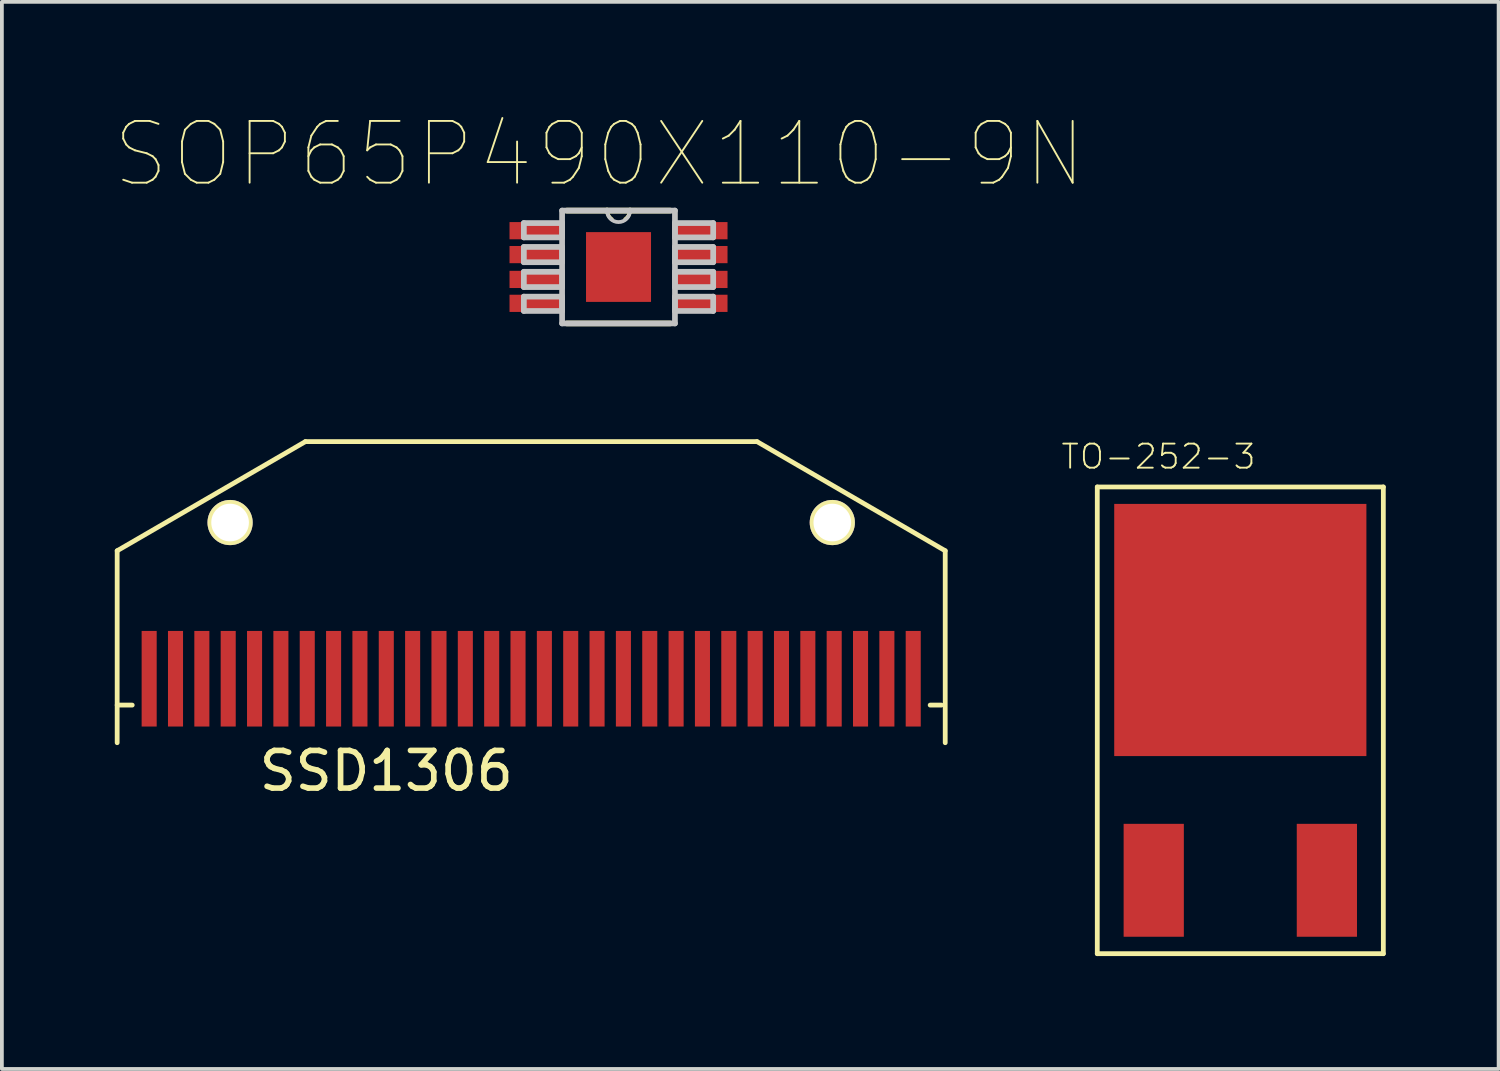
<source format=kicad_pcb>
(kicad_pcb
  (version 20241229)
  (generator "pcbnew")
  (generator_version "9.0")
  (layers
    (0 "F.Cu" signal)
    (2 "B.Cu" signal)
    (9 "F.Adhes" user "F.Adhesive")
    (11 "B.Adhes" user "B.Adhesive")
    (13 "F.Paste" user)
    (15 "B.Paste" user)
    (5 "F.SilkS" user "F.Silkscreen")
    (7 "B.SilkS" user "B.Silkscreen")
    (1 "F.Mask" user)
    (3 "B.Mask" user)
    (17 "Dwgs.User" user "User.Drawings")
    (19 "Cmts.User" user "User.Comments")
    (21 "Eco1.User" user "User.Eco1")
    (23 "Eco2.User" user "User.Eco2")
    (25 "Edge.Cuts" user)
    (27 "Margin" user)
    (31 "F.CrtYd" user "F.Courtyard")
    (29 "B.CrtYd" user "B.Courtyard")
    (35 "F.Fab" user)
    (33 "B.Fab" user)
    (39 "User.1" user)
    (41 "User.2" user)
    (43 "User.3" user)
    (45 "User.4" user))
  (footprint "SOP65P490X110-9N"
    (layer "F.Cu")
    (at 13.383 4.044)
    (property "Reference" "SOP65P490X110-9N" (at -0.508 -2.997 0) (layer "F.SilkS") (effects (font (size 1.64 1.64) (thickness 0.05))))
    (attr smd)
    (fp_line (start -1.372 1.499) (end 1.372 1.499) (stroke (width 0.152) (type solid)) (layer "F.SilkS"))
    (fp_line (start -0.305 -1.499) (end -1.372 -1.499) (stroke (width 0.152) (type solid)) (layer "F.SilkS"))
    (fp_line (start 0.305 -1.499) (end -0.305 -1.499) (stroke (width 0.152) (type solid)) (layer "F.SilkS"))
    (fp_line (start 1.372 -1.499) (end 0.305 -1.499) (stroke (width 0.152) (type solid)) (layer "F.SilkS"))
    (fp_arc (start -0.177803 -1.269998) (mid -0.26769 -1.369639) (end -0.3048 -1.4986) (stroke (width 0.1) (type solid)) (layer "F.SilkS"))
    (fp_arc (start 0.304797 -1.498599) (mid 0.267687 -1.36964) (end 0.1778 -1.27) (stroke (width 0.1) (type solid)) (layer "F.SilkS"))
    (fp_line (start -2.515 -1.168) (end -2.515 -0.787) (stroke (width 0.152) (type solid)) (layer "Dwgs.User"))
    (fp_line (start -2.515 -0.787) (end -1.499 -0.787) (stroke (width 0.152) (type solid)) (layer "Dwgs.User"))
    (fp_line (start -2.515 -0.533) (end -2.515 -0.127) (stroke (width 0.152) (type solid)) (layer "Dwgs.User"))
    (fp_line (start -2.515 -0.127) (end -1.499 -0.127) (stroke (width 0.152) (type solid)) (layer "Dwgs.User"))
    (fp_line (start -2.515 0.127) (end -2.515 0.533) (stroke (width 0.152) (type solid)) (layer "Dwgs.User"))
    (fp_line (start -2.515 0.533) (end -1.499 0.533) (stroke (width 0.152) (type solid)) (layer "Dwgs.User"))
    (fp_line (start -2.515 0.787) (end -2.515 1.168) (stroke (width 0.152) (type solid)) (layer "Dwgs.User"))
    (fp_line (start -2.515 1.168) (end -1.499 1.168) (stroke (width 0.152) (type solid)) (layer "Dwgs.User"))
    (fp_line (start -1.499 -1.499) (end -1.499 1.499) (stroke (width 0.152) (type solid)) (layer "Dwgs.User"))
    (fp_line (start -1.499 -1.168) (end -2.515 -1.168) (stroke (width 0.152) (type solid)) (layer "Dwgs.User"))
    (fp_line (start -1.499 -0.787) (end -1.499 -1.168) (stroke (width 0.152) (type solid)) (layer "Dwgs.User"))
    (fp_line (start -1.499 -0.533) (end -2.515 -0.533) (stroke (width 0.152) (type solid)) (layer "Dwgs.User"))
    (fp_line (start -1.499 -0.127) (end -1.499 -0.533) (stroke (width 0.152) (type solid)) (layer "Dwgs.User"))
    (fp_line (start -1.499 0.127) (end -2.515 0.127) (stroke (width 0.152) (type solid)) (layer "Dwgs.User"))
    (fp_line (start -1.499 0.533) (end -1.499 0.127) (stroke (width 0.152) (type solid)) (layer "Dwgs.User"))
    (fp_line (start -1.499 0.787) (end -2.515 0.787) (stroke (width 0.152) (type solid)) (layer "Dwgs.User"))
    (fp_line (start -1.499 1.168) (end -1.499 0.787) (stroke (width 0.152) (type solid)) (layer "Dwgs.User"))
    (fp_line (start -1.499 1.499) (end 1.499 1.499) (stroke (width 0.152) (type solid)) (layer "Dwgs.User"))
    (fp_line (start -0.305 -1.499) (end -1.499 -1.499) (stroke (width 0.152) (type solid)) (layer "Dwgs.User"))
    (fp_line (start 0.305 -1.499) (end -0.305 -1.499) (stroke (width 0.152) (type solid)) (layer "Dwgs.User"))
    (fp_line (start 1.499 -1.499) (end 0.305 -1.499) (stroke (width 0.152) (type solid)) (layer "Dwgs.User"))
    (fp_line (start 1.499 -1.168) (end 1.499 -0.787) (stroke (width 0.152) (type solid)) (layer "Dwgs.User"))
    (fp_line (start 1.499 -0.787) (end 2.515 -0.787) (stroke (width 0.152) (type solid)) (layer "Dwgs.User"))
    (fp_line (start 1.499 -0.533) (end 1.499 -0.127) (stroke (width 0.152) (type solid)) (layer "Dwgs.User"))
    (fp_line (start 1.499 -0.127) (end 2.515 -0.127) (stroke (width 0.152) (type solid)) (layer "Dwgs.User"))
    (fp_line (start 1.499 0.127) (end 1.499 0.533) (stroke (width 0.152) (type solid)) (layer "Dwgs.User"))
    (fp_line (start 1.499 0.533) (end 2.515 0.533) (stroke (width 0.152) (type solid)) (layer "Dwgs.User"))
    (fp_line (start 1.499 0.787) (end 1.499 1.168) (stroke (width 0.152) (type solid)) (layer "Dwgs.User"))
    (fp_line (start 1.499 1.168) (end 2.515 1.168) (stroke (width 0.152) (type solid)) (layer "Dwgs.User"))
    (fp_line (start 1.499 1.499) (end 1.499 -1.499) (stroke (width 0.152) (type solid)) (layer "Dwgs.User"))
    (fp_line (start 2.515 -1.168) (end 1.499 -1.168) (stroke (width 0.152) (type solid)) (layer "Dwgs.User"))
    (fp_line (start 2.515 -0.787) (end 2.515 -1.168) (stroke (width 0.152) (type solid)) (layer "Dwgs.User"))
    (fp_line (start 2.515 -0.533) (end 1.499 -0.533) (stroke (width 0.152) (type solid)) (layer "Dwgs.User"))
    (fp_line (start 2.515 -0.127) (end 2.515 -0.533) (stroke (width 0.152) (type solid)) (layer "Dwgs.User"))
    (fp_line (start 2.515 0.127) (end 1.499 0.127) (stroke (width 0.152) (type solid)) (layer "Dwgs.User"))
    (fp_line (start 2.515 0.533) (end 2.515 0.127) (stroke (width 0.152) (type solid)) (layer "Dwgs.User"))
    (fp_line (start 2.515 0.787) (end 1.499 0.787) (stroke (width 0.152) (type solid)) (layer "Dwgs.User"))
    (fp_line (start 2.515 1.168) (end 2.515 0.787) (stroke (width 0.152) (type solid)) (layer "Dwgs.User"))
    (fp_arc (start 0.3048 -1.4986) (mid 0 -1.1938) (end -0.3048 -1.4986) (stroke (width 0.1) (type solid)) (layer "Dwgs.User"))
    (pad "1" smd rect (at -2.21 -0.965) (size 1.372 0.457) (layers "F.Cu" "F.Mask" "F.Paste"))
    (pad "2" smd rect (at -2.21 -0.33) (size 1.372 0.457) (layers "F.Cu" "F.Mask" "F.Paste"))
    (pad "3" smd rect (at -2.21 0.33) (size 1.372 0.457) (layers "F.Cu" "F.Mask" "F.Paste"))
    (pad "4" smd rect (at -2.21 0.965) (size 1.372 0.457) (layers "F.Cu" "F.Mask" "F.Paste"))
    (pad "5" smd rect (at 2.21 0.965) (size 1.372 0.457) (layers "F.Cu" "F.Mask" "F.Paste"))
    (pad "6" smd rect (at 2.21 0.33) (size 1.372 0.457) (layers "F.Cu" "F.Mask" "F.Paste"))
    (pad "7" smd rect (at 2.21 -0.33) (size 1.372 0.457) (layers "F.Cu" "F.Mask" "F.Paste"))
    (pad "8" smd rect (at 2.21 -0.965) (size 1.372 0.457) (layers "F.Cu" "F.Mask" "F.Paste"))
    (pad "9" smd rect (at 0 0) (size 1.727 1.854) (layers "F.Cu" "F.Mask" "F.Paste")))
  (footprint "SSD1306"
    (layer "F.Cu")
    (at 11.063 15.683)
    (property "Reference" "SSD1306" (at -3.85 1.75 0) (layer "F.SilkS") (effects (font (size 1 1) (thickness 0.15))))
    (attr smd)
    (fp_line (start -11 -4.1) (end -6 -7) (stroke (width 0.127) (type solid)) (layer "F.SilkS"))
    (fp_line (start -11 0) (end -10.6 0) (stroke (width 0.127) (type solid)) (layer "F.SilkS"))
    (fp_line (start -11 1) (end -11 -4.1) (stroke (width 0.127) (type solid)) (layer "F.SilkS"))
    (fp_line (start -6 -7) (end 6 -7) (stroke (width 0.127) (type solid)) (layer "F.SilkS"))
    (fp_line (start 10.9 0) (end 10.6 0) (stroke (width 0.127) (type solid)) (layer "F.SilkS"))
    (fp_line (start 11 -4.1) (end 6 -7) (stroke (width 0.127) (type solid)) (layer "F.SilkS"))
    (fp_line (start 11 -4.1) (end 11 1) (stroke (width 0.127) (type solid)) (layer "F.SilkS"))
    (pad "" np_thru_hole circle (at -8 -4.85) (size 1.2 1.2) (drill 1) (layers "*.Cu" "*.Mask" "F.SilkS"))
    (pad "" np_thru_hole circle (at 8 -4.85) (size 1.2 1.2) (drill 1) (layers "*.Cu" "*.Mask" "F.SilkS"))
    (pad "1" smd rect (at -10.15 -0.7) (size 0.4 2.54) (layers "F.Cu" "F.Mask" "F.Paste"))
    (pad "2" smd rect (at -9.45 -0.7) (size 0.4 2.54) (layers "F.Cu" "F.Mask" "F.Paste"))
    (pad "3" smd rect (at -8.75 -0.7) (size 0.4 2.54) (layers "F.Cu" "F.Mask" "F.Paste"))
    (pad "4" smd rect (at -8.05 -0.7) (size 0.4 2.54) (layers "F.Cu" "F.Mask" "F.Paste"))
    (pad "5" smd rect (at -7.35 -0.7) (size 0.4 2.54) (layers "F.Cu" "F.Mask" "F.Paste"))
    (pad "6" smd rect (at -6.65 -0.7) (size 0.4 2.54) (layers "F.Cu" "F.Mask" "F.Paste"))
    (pad "7" smd rect (at -5.95 -0.7) (size 0.4 2.54) (layers "F.Cu" "F.Mask" "F.Paste"))
    (pad "8" smd rect (at -5.25 -0.7) (size 0.4 2.54) (layers "F.Cu" "F.Mask" "F.Paste"))
    (pad "9" smd rect (at -4.55 -0.7) (size 0.4 2.54) (layers "F.Cu" "F.Mask" "F.Paste"))
    (pad "10" smd rect (at -3.85 -0.7) (size 0.4 2.54) (layers "F.Cu" "F.Mask" "F.Paste"))
    (pad "11" smd rect (at -3.15 -0.7) (size 0.4 2.54) (layers "F.Cu" "F.Mask" "F.Paste"))
    (pad "12" smd rect (at -2.45 -0.7) (size 0.4 2.54) (layers "F.Cu" "F.Mask" "F.Paste"))
    (pad "13" smd rect (at -1.75 -0.7) (size 0.4 2.54) (layers "F.Cu" "F.Mask" "F.Paste"))
    (pad "14" smd rect (at -1.05 -0.7) (size 0.4 2.54) (layers "F.Cu" "F.Mask" "F.Paste"))
    (pad "15" smd rect (at -0.35 -0.7) (size 0.4 2.54) (layers "F.Cu" "F.Mask" "F.Paste"))
    (pad "16" smd rect (at 0.35 -0.7) (size 0.4 2.54) (layers "F.Cu" "F.Mask" "F.Paste"))
    (pad "17" smd rect (at 1.05 -0.7) (size 0.4 2.54) (layers "F.Cu" "F.Mask" "F.Paste"))
    (pad "18" smd rect (at 1.75 -0.7) (size 0.4 2.54) (layers "F.Cu" "F.Mask" "F.Paste"))
    (pad "19" smd rect (at 2.45 -0.7) (size 0.4 2.54) (layers "F.Cu" "F.Mask" "F.Paste"))
    (pad "20" smd rect (at 3.15 -0.7) (size 0.4 2.54) (layers "F.Cu" "F.Mask" "F.Paste"))
    (pad "21" smd rect (at 3.85 -0.7) (size 0.4 2.54) (layers "F.Cu" "F.Mask" "F.Paste"))
    (pad "22" smd rect (at 4.55 -0.7) (size 0.4 2.54) (layers "F.Cu" "F.Mask" "F.Paste"))
    (pad "23" smd rect (at 5.25 -0.7) (size 0.4 2.54) (layers "F.Cu" "F.Mask" "F.Paste"))
    (pad "24" smd rect (at 5.95 -0.7) (size 0.4 2.54) (layers "F.Cu" "F.Mask" "F.Paste"))
    (pad "25" smd rect (at 6.65 -0.7) (size 0.4 2.54) (layers "F.Cu" "F.Mask" "F.Paste"))
    (pad "26" smd rect (at 7.35 -0.7) (size 0.4 2.54) (layers "F.Cu" "F.Mask" "F.Paste"))
    (pad "27" smd rect (at 8.05 -0.7) (size 0.4 2.54) (layers "F.Cu" "F.Mask" "F.Paste"))
    (pad "28" smd rect (at 8.75 -0.7) (size 0.4 2.54) (layers "F.Cu" "F.Mask" "F.Paste"))
    (pad "29" smd rect (at 9.45 -0.7) (size 0.4 2.54) (layers "F.Cu" "F.Mask" "F.Paste"))
    (pad "30" smd rect (at 10.15 -0.7) (size 0.4 2.54) (layers "F.Cu" "F.Mask" "F.Paste")))
  (footprint "TO-252-3"
    (layer "F.Cu")
    (at 29.903 13.688)
    (property "Reference" "TO-252-3" (at -2.174 -4.606 0) (layer "F.SilkS") (effects (font (size 0.64 0.64) (thickness 0.05))))
    (attr smd)
    (fp_line (start -3.8 -3.8) (end 3.8 -3.8) (stroke (width 0.127) (type solid)) (layer "F.SilkS"))
    (fp_line (start -3.8 8.6) (end -3.8 -3.8) (stroke (width 0.127) (type solid)) (layer "F.SilkS"))
    (fp_line (start 3.8 -3.8) (end 3.8 8.6) (stroke (width 0.127) (type solid)) (layer "F.SilkS"))
    (fp_line (start 3.8 8.6) (end -3.8 8.6) (stroke (width 0.127) (type solid)) (layer "F.SilkS"))
    (pad "GND" smd rect (at 0 0) (size 6.7 6.7) (layers "F.Cu" "F.Mask" "F.Paste"))
    (pad "VI" smd rect (at -2.3 6.65 90) (size 3 1.6) (layers "F.Cu" "F.Mask" "F.Paste"))
    (pad "VO" smd rect (at 2.3 6.65 90) (size 3 1.6) (layers "F.Cu" "F.Mask" "F.Paste")))
  (gr_rect
    (start -3 -3)
    (end 36.766 25.351)
    (stroke (width 0.1) (type default))
    (fill no)
    (layer "Edge.Cuts")))
</source>
